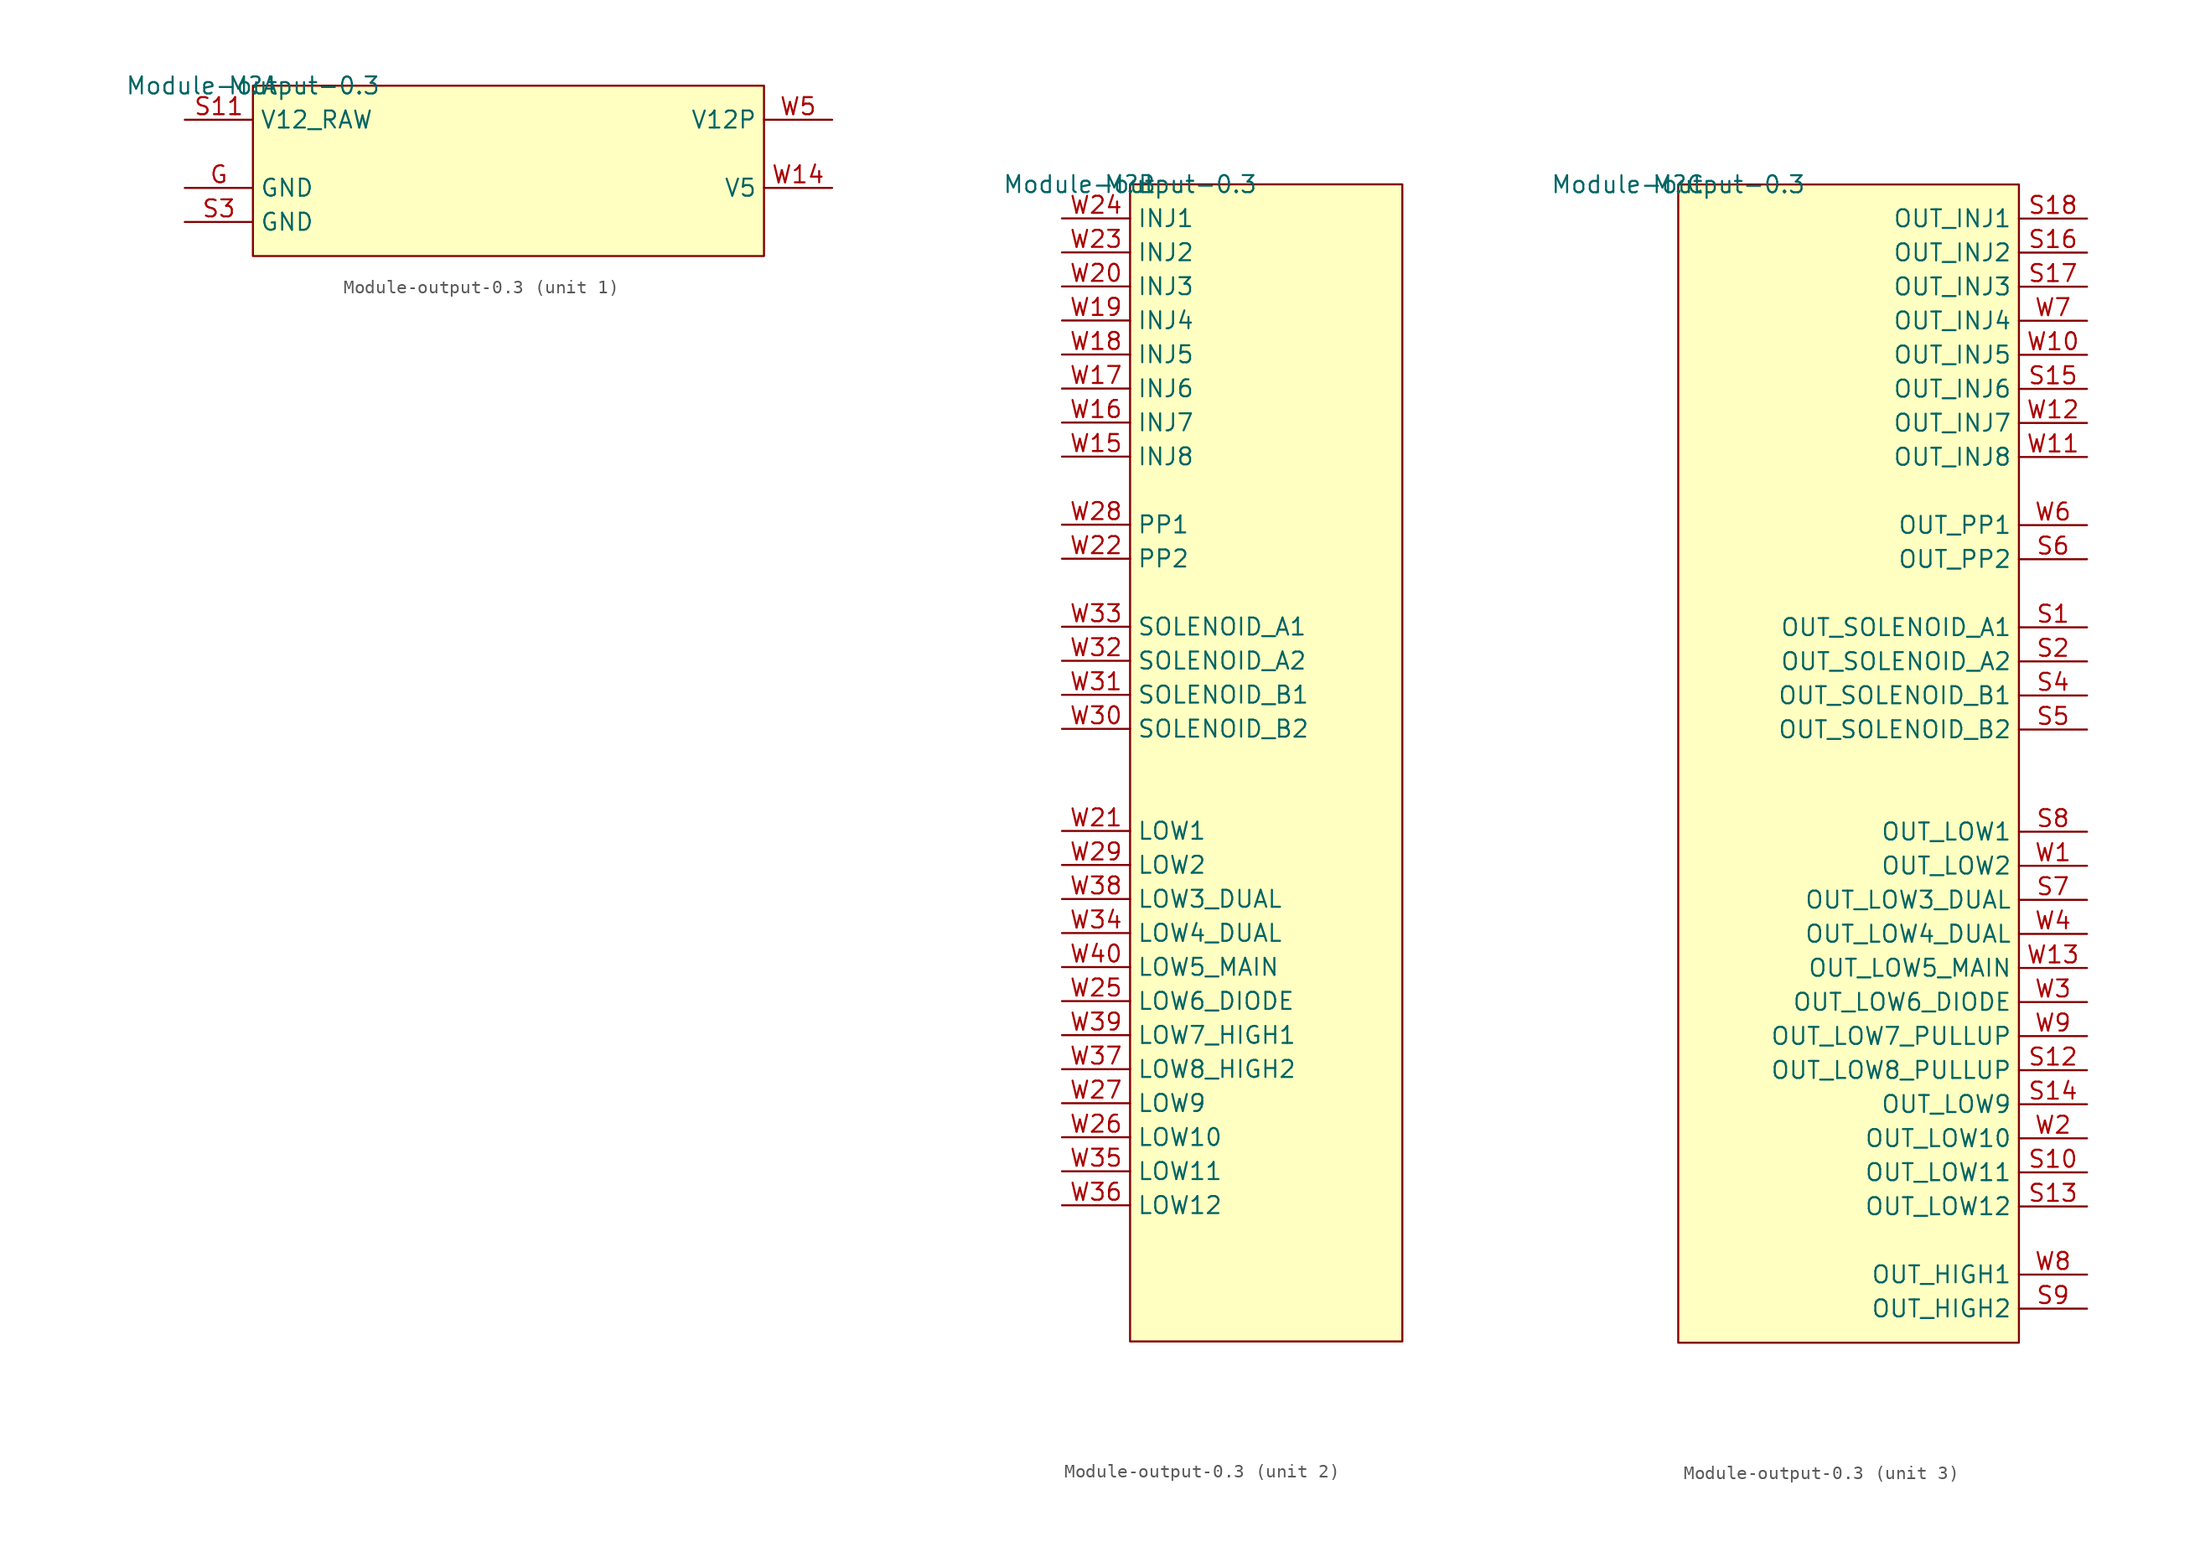
<source format=kicad_sym>
(kicad_symbol_lib
  (version 20201005)
  (generator kicad_symbol_editor)
  (symbol "output:Module-output-0.3"
    (property "Reference" "M"
      (at 0 0 0)
      (effects (font (size 1.27 1.27))))
    (property "Value" "Module-output-0.3"
      (at 0 0 0)
      (effects (font (size 1.27 1.27))))
    (symbol "Module-output-0.3_1_0"
      (rectangle (start 38.1 0) (end 0 -12.7) (stroke (width 0)) (fill (type background)))
      (pin passive line (at -5.08 -7.62 0) (length 5.08) (name "GND" (effects (font (size 1.27 1.27)))) (number "G" (effects (font (size 1.27 1.27)))))
      (pin passive line (at -5.08 -2.54 0) (length 5.08) (name "V12_RAW" (effects (font (size 1.27 1.27)))) (number "S11" (effects (font (size 1.27 1.27)))))
      (pin passive line (at -5.08 -10.16 0) (length 5.08) (name "GND" (effects (font (size 1.27 1.27)))) (number "S3" (effects (font (size 1.27 1.27)))))
      (pin passive line (at 43.18 -7.62 180) (length 5.08) (name "V5" (effects (font (size 1.27 1.27)))) (number "W14" (effects (font (size 1.27 1.27)))))
      (pin passive line (at 43.18 -2.54 180) (length 5.08) (name "V12P" (effects (font (size 1.27 1.27)))) (number "W5" (effects (font (size 1.27 1.27))))))
    (symbol "Module-output-0.3_2_0"
      (rectangle (start 20.32 0) (end 0 -86.36) (stroke (width 0)) (fill (type background)))
      (pin passive line (at -5.08 -20.32 0) (length 5.08) (name "INJ8" (effects (font (size 1.27 1.27)))) (number "W15" (effects (font (size 1.27 1.27)))))
      (pin passive line (at -5.08 -17.78 0) (length 5.08) (name "INJ7" (effects (font (size 1.27 1.27)))) (number "W16" (effects (font (size 1.27 1.27)))))
      (pin passive line (at -5.08 -15.24 0) (length 5.08) (name "INJ6" (effects (font (size 1.27 1.27)))) (number "W17" (effects (font (size 1.27 1.27)))))
      (pin passive line (at -5.08 -12.7 0) (length 5.08) (name "INJ5" (effects (font (size 1.27 1.27)))) (number "W18" (effects (font (size 1.27 1.27)))))
      (pin passive line (at -5.08 -10.16 0) (length 5.08) (name "INJ4" (effects (font (size 1.27 1.27)))) (number "W19" (effects (font (size 1.27 1.27)))))
      (pin passive line (at -5.08 -7.62 0) (length 5.08) (name "INJ3" (effects (font (size 1.27 1.27)))) (number "W20" (effects (font (size 1.27 1.27)))))
      (pin passive line (at -5.08 -48.26 0) (length 5.08) (name "LOW1" (effects (font (size 1.27 1.27)))) (number "W21" (effects (font (size 1.27 1.27)))))
      (pin passive line (at -5.08 -27.94 0) (length 5.08) (name "PP2" (effects (font (size 1.27 1.27)))) (number "W22" (effects (font (size 1.27 1.27)))))
      (pin passive line (at -5.08 -5.08 0) (length 5.08) (name "INJ2" (effects (font (size 1.27 1.27)))) (number "W23" (effects (font (size 1.27 1.27)))))
      (pin passive line (at -5.08 -2.54 0) (length 5.08) (name "INJ1" (effects (font (size 1.27 1.27)))) (number "W24" (effects (font (size 1.27 1.27)))))
      (pin passive line (at -5.08 -60.96 0) (length 5.08) (name "LOW6_DIODE" (effects (font (size 1.27 1.27)))) (number "W25" (effects (font (size 1.27 1.27)))))
      (pin passive line (at -5.08 -71.12 0) (length 5.08) (name "LOW10" (effects (font (size 1.27 1.27)))) (number "W26" (effects (font (size 1.27 1.27)))))
      (pin passive line (at -5.08 -68.58 0) (length 5.08) (name "LOW9" (effects (font (size 1.27 1.27)))) (number "W27" (effects (font (size 1.27 1.27)))))
      (pin passive line (at -5.08 -25.4 0) (length 5.08) (name "PP1" (effects (font (size 1.27 1.27)))) (number "W28" (effects (font (size 1.27 1.27)))))
      (pin passive line (at -5.08 -50.8 0) (length 5.08) (name "LOW2" (effects (font (size 1.27 1.27)))) (number "W29" (effects (font (size 1.27 1.27)))))
      (pin passive line (at -5.08 -40.64 0) (length 5.08) (name "SOLENOID_B2" (effects (font (size 1.27 1.27)))) (number "W30" (effects (font (size 1.27 1.27)))))
      (pin passive line (at -5.08 -38.1 0) (length 5.08) (name "SOLENOID_B1" (effects (font (size 1.27 1.27)))) (number "W31" (effects (font (size 1.27 1.27)))))
      (pin passive line (at -5.08 -35.56 0) (length 5.08) (name "SOLENOID_A2" (effects (font (size 1.27 1.27)))) (number "W32" (effects (font (size 1.27 1.27)))))
      (pin passive line (at -5.08 -33.02 0) (length 5.08) (name "SOLENOID_A1" (effects (font (size 1.27 1.27)))) (number "W33" (effects (font (size 1.27 1.27)))))
      (pin passive line (at -5.08 -55.88 0) (length 5.08) (name "LOW4_DUAL" (effects (font (size 1.27 1.27)))) (number "W34" (effects (font (size 1.27 1.27)))))
      (pin passive line (at -5.08 -73.66 0) (length 5.08) (name "LOW11" (effects (font (size 1.27 1.27)))) (number "W35" (effects (font (size 1.27 1.27)))))
      (pin passive line (at -5.08 -76.2 0) (length 5.08) (name "LOW12" (effects (font (size 1.27 1.27)))) (number "W36" (effects (font (size 1.27 1.27)))))
      (pin passive line (at -5.08 -66.04 0) (length 5.08) (name "LOW8_HIGH2" (effects (font (size 1.27 1.27)))) (number "W37" (effects (font (size 1.27 1.27)))))
      (pin passive line (at -5.08 -53.34 0) (length 5.08) (name "LOW3_DUAL" (effects (font (size 1.27 1.27)))) (number "W38" (effects (font (size 1.27 1.27)))))
      (pin passive line (at -5.08 -63.5 0) (length 5.08) (name "LOW7_HIGH1" (effects (font (size 1.27 1.27)))) (number "W39" (effects (font (size 1.27 1.27)))))
      (pin passive line (at -5.08 -58.42 0) (length 5.08) (name "LOW5_MAIN" (effects (font (size 1.27 1.27)))) (number "W40" (effects (font (size 1.27 1.27))))))
    (symbol "Module-output-0.3_3_0"
      (rectangle (start 25.4 0) (end 0 -86.36) (stroke (width 0)) (fill (type background)))
      (pin passive line (at 30.48 -33.02 180) (length 5.08) (name "OUT_SOLENOID_A1" (effects (font (size 1.27 1.27)))) (number "S1" (effects (font (size 1.27 1.27)))))
      (pin passive line (at 30.48 -73.66 180) (length 5.08) (name "OUT_LOW11" (effects (font (size 1.27 1.27)))) (number "S10" (effects (font (size 1.27 1.27)))))
      (pin passive line (at 30.48 -66.04 180) (length 5.08) (name "OUT_LOW8_PULLUP" (effects (font (size 1.27 1.27)))) (number "S12" (effects (font (size 1.27 1.27)))))
      (pin passive line (at 30.48 -76.2 180) (length 5.08) (name "OUT_LOW12" (effects (font (size 1.27 1.27)))) (number "S13" (effects (font (size 1.27 1.27)))))
      (pin passive line (at 30.48 -68.58 180) (length 5.08) (name "OUT_LOW9" (effects (font (size 1.27 1.27)))) (number "S14" (effects (font (size 1.27 1.27)))))
      (pin passive line (at 30.48 -15.24 180) (length 5.08) (name "OUT_INJ6" (effects (font (size 1.27 1.27)))) (number "S15" (effects (font (size 1.27 1.27)))))
      (pin passive line (at 30.48 -5.08 180) (length 5.08) (name "OUT_INJ2" (effects (font (size 1.27 1.27)))) (number "S16" (effects (font (size 1.27 1.27)))))
      (pin passive line (at 30.48 -7.62 180) (length 5.08) (name "OUT_INJ3" (effects (font (size 1.27 1.27)))) (number "S17" (effects (font (size 1.27 1.27)))))
      (pin passive line (at 30.48 -2.54 180) (length 5.08) (name "OUT_INJ1" (effects (font (size 1.27 1.27)))) (number "S18" (effects (font (size 1.27 1.27)))))
      (pin passive line (at 30.48 -35.56 180) (length 5.08) (name "OUT_SOLENOID_A2" (effects (font (size 1.27 1.27)))) (number "S2" (effects (font (size 1.27 1.27)))))
      (pin passive line (at 30.48 -38.1 180) (length 5.08) (name "OUT_SOLENOID_B1" (effects (font (size 1.27 1.27)))) (number "S4" (effects (font (size 1.27 1.27)))))
      (pin passive line (at 30.48 -40.64 180) (length 5.08) (name "OUT_SOLENOID_B2" (effects (font (size 1.27 1.27)))) (number "S5" (effects (font (size 1.27 1.27)))))
      (pin passive line (at 30.48 -27.94 180) (length 5.08) (name "OUT_PP2" (effects (font (size 1.27 1.27)))) (number "S6" (effects (font (size 1.27 1.27)))))
      (pin passive line (at 30.48 -53.34 180) (length 5.08) (name "OUT_LOW3_DUAL" (effects (font (size 1.27 1.27)))) (number "S7" (effects (font (size 1.27 1.27)))))
      (pin passive line (at 30.48 -48.26 180) (length 5.08) (name "OUT_LOW1" (effects (font (size 1.27 1.27)))) (number "S8" (effects (font (size 1.27 1.27)))))
      (pin passive line (at 30.48 -83.82 180) (length 5.08) (name "OUT_HIGH2" (effects (font (size 1.27 1.27)))) (number "S9" (effects (font (size 1.27 1.27)))))
      (pin passive line (at 30.48 -50.8 180) (length 5.08) (name "OUT_LOW2" (effects (font (size 1.27 1.27)))) (number "W1" (effects (font (size 1.27 1.27)))))
      (pin passive line (at 30.48 -12.7 180) (length 5.08) (name "OUT_INJ5" (effects (font (size 1.27 1.27)))) (number "W10" (effects (font (size 1.27 1.27)))))
      (pin passive line (at 30.48 -20.32 180) (length 5.08) (name "OUT_INJ8" (effects (font (size 1.27 1.27)))) (number "W11" (effects (font (size 1.27 1.27)))))
      (pin passive line (at 30.48 -17.78 180) (length 5.08) (name "OUT_INJ7" (effects (font (size 1.27 1.27)))) (number "W12" (effects (font (size 1.27 1.27)))))
      (pin passive line (at 30.48 -58.42 180) (length 5.08) (name "OUT_LOW5_MAIN" (effects (font (size 1.27 1.27)))) (number "W13" (effects (font (size 1.27 1.27)))))
      (pin passive line (at 30.48 -71.12 180) (length 5.08) (name "OUT_LOW10" (effects (font (size 1.27 1.27)))) (number "W2" (effects (font (size 1.27 1.27)))))
      (pin passive line (at 30.48 -60.96 180) (length 5.08) (name "OUT_LOW6_DIODE" (effects (font (size 1.27 1.27)))) (number "W3" (effects (font (size 1.27 1.27)))))
      (pin passive line (at 30.48 -55.88 180) (length 5.08) (name "OUT_LOW4_DUAL" (effects (font (size 1.27 1.27)))) (number "W4" (effects (font (size 1.27 1.27)))))
      (pin passive line (at 30.48 -25.4 180) (length 5.08) (name "OUT_PP1" (effects (font (size 1.27 1.27)))) (number "W6" (effects (font (size 1.27 1.27)))))
      (pin passive line (at 30.48 -10.16 180) (length 5.08) (name "OUT_INJ4" (effects (font (size 1.27 1.27)))) (number "W7" (effects (font (size 1.27 1.27)))))
      (pin passive line (at 30.48 -81.28 180) (length 5.08) (name "OUT_HIGH1" (effects (font (size 1.27 1.27)))) (number "W8" (effects (font (size 1.27 1.27)))))
      (pin passive line (at 30.48 -63.5 180) (length 5.08) (name "OUT_LOW7_PULLUP" (effects (font (size 1.27 1.27)))) (number "W9" (effects (font (size 1.27 1.27))))))))
</source>
